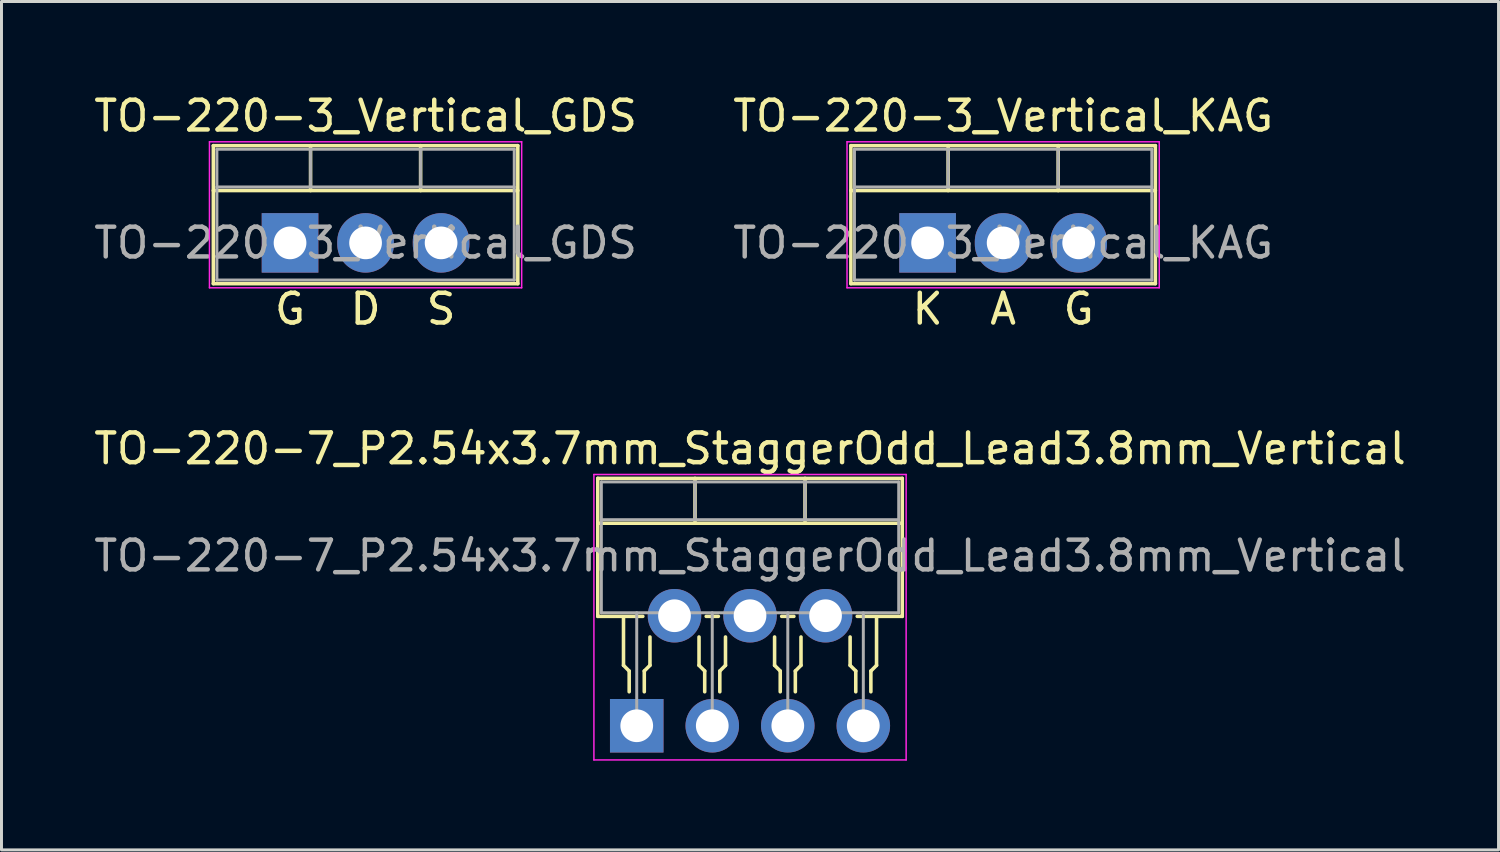
<source format=kicad_pcb>
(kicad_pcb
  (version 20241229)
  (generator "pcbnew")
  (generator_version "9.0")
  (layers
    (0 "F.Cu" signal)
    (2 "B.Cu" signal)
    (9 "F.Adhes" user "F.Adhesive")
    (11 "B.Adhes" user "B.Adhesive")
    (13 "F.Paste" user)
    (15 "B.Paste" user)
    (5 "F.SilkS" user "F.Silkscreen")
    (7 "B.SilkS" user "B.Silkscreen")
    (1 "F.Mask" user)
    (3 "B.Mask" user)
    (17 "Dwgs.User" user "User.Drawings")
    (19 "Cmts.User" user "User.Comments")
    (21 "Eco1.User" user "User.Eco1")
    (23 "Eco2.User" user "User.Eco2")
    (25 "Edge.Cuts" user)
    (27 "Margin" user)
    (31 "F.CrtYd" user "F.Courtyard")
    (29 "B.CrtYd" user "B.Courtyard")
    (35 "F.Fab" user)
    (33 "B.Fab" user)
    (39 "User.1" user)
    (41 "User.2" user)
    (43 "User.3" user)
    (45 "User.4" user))
  (footprint "TO-220-3_Vertical_GDS"
    (layer "F.Cu")
    (at 6.704 5.118)
    (property "Reference" "TO-220-3_Vertical_GDS" (at 2.54 -4.27 0) (layer "F.SilkS") (effects (font (size 1 1) (thickness 0.15))))
    (fp_line (start -2.58 -3.27) (end -2.58 1.371) (stroke (width 0.12) (type solid)) (layer "F.SilkS"))
    (fp_line (start -2.58 -3.27) (end 7.66 -3.27) (stroke (width 0.12) (type solid)) (layer "F.SilkS"))
    (fp_line (start -2.58 -1.76) (end 7.66 -1.76) (stroke (width 0.12) (type solid)) (layer "F.SilkS"))
    (fp_line (start -2.58 1.371) (end 7.66 1.371) (stroke (width 0.12) (type solid)) (layer "F.SilkS"))
    (fp_line (start 0.69 -3.27) (end 0.69 -1.76) (stroke (width 0.12) (type solid)) (layer "F.SilkS"))
    (fp_line (start 4.391 -3.27) (end 4.391 -1.76) (stroke (width 0.12) (type solid)) (layer "F.SilkS"))
    (fp_line (start 7.66 -3.27) (end 7.66 1.371) (stroke (width 0.12) (type solid)) (layer "F.SilkS"))
    (fp_line (start -2.71 -3.4) (end -2.71 1.51) (stroke (width 0.05) (type solid)) (layer "F.CrtYd"))
    (fp_line (start -2.71 1.51) (end 7.79 1.51) (stroke (width 0.05) (type solid)) (layer "F.CrtYd"))
    (fp_line (start 7.79 -3.4) (end -2.71 -3.4) (stroke (width 0.05) (type solid)) (layer "F.CrtYd"))
    (fp_line (start 7.79 1.51) (end 7.79 -3.4) (stroke (width 0.05) (type solid)) (layer "F.CrtYd"))
    (fp_line (start -2.46 -3.15) (end -2.46 1.25) (stroke (width 0.1) (type solid)) (layer "F.Fab"))
    (fp_line (start -2.46 -1.88) (end 7.54 -1.88) (stroke (width 0.1) (type solid)) (layer "F.Fab"))
    (fp_line (start -2.46 1.25) (end 7.54 1.25) (stroke (width 0.1) (type solid)) (layer "F.Fab"))
    (fp_line (start 0.69 -3.15) (end 0.69 -1.88) (stroke (width 0.1) (type solid)) (layer "F.Fab"))
    (fp_line (start 4.39 -3.15) (end 4.39 -1.88) (stroke (width 0.1) (type solid)) (layer "F.Fab"))
    (fp_line (start 7.54 -3.15) (end -2.46 -3.15) (stroke (width 0.1) (type solid)) (layer "F.Fab"))
    (fp_line (start 7.54 1.25) (end 7.54 -3.15) (stroke (width 0.1) (type solid)) (layer "F.Fab"))
    (fp_text user "G" (at 0 2.223 0) (unlocked yes) (layer "F.SilkS") (effects (font (size 1 1) (thickness 0.15))))
    (fp_text user "S" (at 5.08 2.223 0) (unlocked yes) (layer "F.SilkS") (effects (font (size 1 1) (thickness 0.15))))
    (fp_text user "D" (at 2.54 2.223 0) (unlocked yes) (layer "F.SilkS") (effects (font (size 1 1) (thickness 0.15))))
    (fp_text user "${REFERENCE}" (at 2.54 0 0) (layer "F.Fab") (effects (font (size 1 1) (thickness 0.15))))
    (pad "1" thru_hole rect (at 0 0) (size 1.905 2) (drill 1.1) (layers "*.Cu" "*.Mask"))
    (pad "2" thru_hole oval (at 2.54 0) (size 1.905 2) (drill 1.1) (layers "*.Cu" "*.Mask"))
    (pad "3" thru_hole oval (at 5.08 0) (size 1.905 2) (drill 1.1) (layers "*.Cu" "*.Mask")))
  (footprint "TO-220-3_Vertical_KAG"
    (layer "F.Cu")
    (at 28.145 5.118)
    (property "Reference" "TO-220-3_Vertical_KAG" (at 2.54 -4.27 0) (layer "F.SilkS") (effects (font (size 1 1) (thickness 0.15))))
    (fp_line (start -2.58 -3.27) (end -2.58 1.371) (stroke (width 0.12) (type solid)) (layer "F.SilkS"))
    (fp_line (start -2.58 -3.27) (end 7.66 -3.27) (stroke (width 0.12) (type solid)) (layer "F.SilkS"))
    (fp_line (start -2.58 -1.76) (end 7.66 -1.76) (stroke (width 0.12) (type solid)) (layer "F.SilkS"))
    (fp_line (start -2.58 1.371) (end 7.66 1.371) (stroke (width 0.12) (type solid)) (layer "F.SilkS"))
    (fp_line (start 0.69 -3.27) (end 0.69 -1.76) (stroke (width 0.12) (type solid)) (layer "F.SilkS"))
    (fp_line (start 4.391 -3.27) (end 4.391 -1.76) (stroke (width 0.12) (type solid)) (layer "F.SilkS"))
    (fp_line (start 7.66 -3.27) (end 7.66 1.371) (stroke (width 0.12) (type solid)) (layer "F.SilkS"))
    (fp_line (start -2.71 -3.4) (end -2.71 1.51) (stroke (width 0.05) (type solid)) (layer "F.CrtYd"))
    (fp_line (start -2.71 1.51) (end 7.79 1.51) (stroke (width 0.05) (type solid)) (layer "F.CrtYd"))
    (fp_line (start 7.79 -3.4) (end -2.71 -3.4) (stroke (width 0.05) (type solid)) (layer "F.CrtYd"))
    (fp_line (start 7.79 1.51) (end 7.79 -3.4) (stroke (width 0.05) (type solid)) (layer "F.CrtYd"))
    (fp_line (start -2.46 -3.15) (end -2.46 1.25) (stroke (width 0.1) (type solid)) (layer "F.Fab"))
    (fp_line (start -2.46 -1.88) (end 7.54 -1.88) (stroke (width 0.1) (type solid)) (layer "F.Fab"))
    (fp_line (start -2.46 1.25) (end 7.54 1.25) (stroke (width 0.1) (type solid)) (layer "F.Fab"))
    (fp_line (start 0.69 -3.15) (end 0.69 -1.88) (stroke (width 0.1) (type solid)) (layer "F.Fab"))
    (fp_line (start 4.39 -3.15) (end 4.39 -1.88) (stroke (width 0.1) (type solid)) (layer "F.Fab"))
    (fp_line (start 7.54 -3.15) (end -2.46 -3.15) (stroke (width 0.1) (type solid)) (layer "F.Fab"))
    (fp_line (start 7.54 1.25) (end 7.54 -3.15) (stroke (width 0.1) (type solid)) (layer "F.Fab"))
    (fp_text user "K" (at 0 2.223 0) (unlocked yes) (layer "F.SilkS") (effects (font (size 1 1) (thickness 0.15))))
    (fp_text user "A" (at 2.54 2.223 0) (unlocked yes) (layer "F.SilkS") (effects (font (size 1 1) (thickness 0.15))))
    (fp_text user "G" (at 5.08 2.223 0) (unlocked yes) (layer "F.SilkS") (effects (font (size 1 1) (thickness 0.15))))
    (fp_text user "${REFERENCE}" (at 2.54 0 0) (layer "F.Fab") (effects (font (size 1 1) (thickness 0.15))))
    (pad "1" thru_hole rect (at 0 0) (size 1.905 2) (drill 1.1) (layers "*.Cu" "*.Mask"))
    (pad "2" thru_hole oval (at 2.54 0) (size 1.905 2) (drill 1.1) (layers "*.Cu" "*.Mask"))
    (pad "3" thru_hole oval (at 5.08 0) (size 1.905 2) (drill 1.1) (layers "*.Cu" "*.Mask")))
  (footprint "TO-220-7_P2.54x3.7mm_StaggerOdd_Lead3.8mm_Vertical"
    (layer "F.Cu")
    (at 18.363 21.357)
    (property "Reference" "TO-220-7_P2.54x3.7mm_StaggerOdd_Lead3.8mm_Vertical" (at 3.81 -9.32 0) (layer "F.SilkS") (effects (font (size 1 1) (thickness 0.15))))
    (attr through_hole)
    (fp_line (start -1.31 -8.32) (end -1.31 -3.679) (stroke (width 0.12) (type solid)) (layer "F.SilkS"))
    (fp_line (start -1.31 -8.32) (end 8.93 -8.32) (stroke (width 0.12) (type solid)) (layer "F.SilkS"))
    (fp_line (start -1.31 -6.811) (end 8.93 -6.811) (stroke (width 0.12) (type solid)) (layer "F.SilkS"))
    (fp_line (start -1.31 -3.679) (end 0.205 -3.679) (stroke (width 0.12) (type solid)) (layer "F.SilkS"))
    (fp_line (start -0.445 -3.619) (end -0.445 -2.032) (stroke (width 0.12) (type solid)) (layer "F.SilkS"))
    (fp_line (start -0.445 -2.032) (end -0.254 -1.841) (stroke (width 0.12) (type solid)) (layer "F.SilkS"))
    (fp_line (start -0.254 -1.841) (end -0.254 -1.143) (stroke (width 0.12) (type solid)) (layer "F.SilkS"))
    (fp_line (start 0.254 -1.841) (end 0.445 -2.032) (stroke (width 0.12) (type solid)) (layer "F.SilkS"))
    (fp_line (start 0.254 -1.143) (end 0.254 -1.841) (stroke (width 0.12) (type solid)) (layer "F.SilkS"))
    (fp_line (start 0.445 -2.032) (end 0.445 -2.985) (stroke (width 0.12) (type solid)) (layer "F.SilkS"))
    (fp_line (start 1.96 -8.32) (end 1.96 -6.811) (stroke (width 0.12) (type solid)) (layer "F.SilkS"))
    (fp_line (start 2.095 -2.985) (end 2.095 -2.032) (stroke (width 0.12) (type solid)) (layer "F.SilkS"))
    (fp_line (start 2.095 -2.032) (end 2.286 -1.841) (stroke (width 0.12) (type solid)) (layer "F.SilkS"))
    (fp_line (start 2.286 -1.841) (end 2.286 -1.143) (stroke (width 0.12) (type solid)) (layer "F.SilkS"))
    (fp_line (start 2.336 -3.679) (end 2.745 -3.679) (stroke (width 0.12) (type solid)) (layer "F.SilkS"))
    (fp_line (start 2.794 -1.841) (end 2.985 -2.032) (stroke (width 0.12) (type solid)) (layer "F.SilkS"))
    (fp_line (start 2.794 -1.143) (end 2.794 -1.841) (stroke (width 0.12) (type solid)) (layer "F.SilkS"))
    (fp_line (start 2.985 -2.032) (end 2.985 -2.985) (stroke (width 0.12) (type solid)) (layer "F.SilkS"))
    (fp_line (start 4.636 -2.985) (end 4.636 -2.032) (stroke (width 0.12) (type solid)) (layer "F.SilkS"))
    (fp_line (start 4.636 -2.032) (end 4.826 -1.841) (stroke (width 0.12) (type solid)) (layer "F.SilkS"))
    (fp_line (start 4.826 -1.841) (end 4.826 -1.143) (stroke (width 0.12) (type solid)) (layer "F.SilkS"))
    (fp_line (start 4.875 -3.679) (end 5.285 -3.679) (stroke (width 0.12) (type solid)) (layer "F.SilkS"))
    (fp_line (start 5.334 -1.841) (end 5.524 -2.032) (stroke (width 0.12) (type solid)) (layer "F.SilkS"))
    (fp_line (start 5.334 -1.143) (end 5.334 -1.841) (stroke (width 0.12) (type solid)) (layer "F.SilkS"))
    (fp_line (start 5.524 -2.032) (end 5.524 -2.985) (stroke (width 0.12) (type solid)) (layer "F.SilkS"))
    (fp_line (start 5.66 -8.32) (end 5.66 -6.811) (stroke (width 0.12) (type solid)) (layer "F.SilkS"))
    (fp_line (start 7.176 -2.985) (end 7.176 -2.032) (stroke (width 0.12) (type solid)) (layer "F.SilkS"))
    (fp_line (start 7.176 -2.032) (end 7.366 -1.841) (stroke (width 0.12) (type solid)) (layer "F.SilkS"))
    (fp_line (start 7.366 -1.841) (end 7.366 -1.143) (stroke (width 0.12) (type solid)) (layer "F.SilkS"))
    (fp_line (start 7.415 -3.679) (end 8.93 -3.679) (stroke (width 0.12) (type solid)) (layer "F.SilkS"))
    (fp_line (start 7.874 -1.841) (end 8.065 -2.032) (stroke (width 0.12) (type solid)) (layer "F.SilkS"))
    (fp_line (start 7.874 -1.143) (end 7.874 -1.841) (stroke (width 0.12) (type solid)) (layer "F.SilkS"))
    (fp_line (start 8.065 -2.032) (end 8.065 -3.619) (stroke (width 0.12) (type solid)) (layer "F.SilkS"))
    (fp_line (start 8.93 -8.32) (end 8.93 -3.679) (stroke (width 0.12) (type solid)) (layer "F.SilkS"))
    (fp_line (start -1.44 -8.45) (end -1.44 1.15) (stroke (width 0.05) (type solid)) (layer "F.CrtYd"))
    (fp_line (start -1.44 1.15) (end 9.06 1.15) (stroke (width 0.05) (type solid)) (layer "F.CrtYd"))
    (fp_line (start 9.06 -8.45) (end -1.44 -8.45) (stroke (width 0.05) (type solid)) (layer "F.CrtYd"))
    (fp_line (start 9.06 1.15) (end 9.06 -8.45) (stroke (width 0.05) (type solid)) (layer "F.CrtYd"))
    (fp_line (start -1.19 -8.2) (end -1.19 -3.8) (stroke (width 0.1) (type solid)) (layer "F.Fab"))
    (fp_line (start -1.19 -6.93) (end 8.81 -6.93) (stroke (width 0.1) (type solid)) (layer "F.Fab"))
    (fp_line (start -1.19 -3.8) (end 8.81 -3.8) (stroke (width 0.1) (type solid)) (layer "F.Fab"))
    (fp_line (start 0 -3.8) (end 0 0) (stroke (width 0.1) (type solid)) (layer "F.Fab"))
    (fp_line (start 1.27 -3.8) (end 1.27 -3.7) (stroke (width 0.1) (type solid)) (layer "F.Fab"))
    (fp_line (start 1.96 -8.2) (end 1.96 -6.93) (stroke (width 0.1) (type solid)) (layer "F.Fab"))
    (fp_line (start 2.54 -3.8) (end 2.54 0) (stroke (width 0.1) (type solid)) (layer "F.Fab"))
    (fp_line (start 3.81 -3.8) (end 3.81 -3.7) (stroke (width 0.1) (type solid)) (layer "F.Fab"))
    (fp_line (start 5.08 -3.8) (end 5.08 0) (stroke (width 0.1) (type solid)) (layer "F.Fab"))
    (fp_line (start 5.66 -8.2) (end 5.66 -6.93) (stroke (width 0.1) (type solid)) (layer "F.Fab"))
    (fp_line (start 6.35 -3.8) (end 6.35 -3.7) (stroke (width 0.1) (type solid)) (layer "F.Fab"))
    (fp_line (start 7.62 -3.8) (end 7.62 0) (stroke (width 0.1) (type solid)) (layer "F.Fab"))
    (fp_line (start 8.81 -8.2) (end -1.19 -8.2) (stroke (width 0.1) (type solid)) (layer "F.Fab"))
    (fp_line (start 8.81 -3.8) (end 8.81 -8.2) (stroke (width 0.1) (type solid)) (layer "F.Fab"))
    (fp_text user "${REFERENCE}" (at 3.81 -5.715 0) (layer "F.Fab") (effects (font (size 1 1) (thickness 0.15))))
    (pad "1" thru_hole rect (at 0 0) (size 1.8 1.8) (drill 1.1) (layers "*.Cu" "*.Mask"))
    (pad "2" thru_hole oval (at 1.27 -3.7) (size 1.8 1.8) (drill 1.1) (layers "*.Cu" "*.Mask"))
    (pad "3" thru_hole oval (at 2.54 0) (size 1.8 1.8) (drill 1.1) (layers "*.Cu" "*.Mask"))
    (pad "4" thru_hole oval (at 3.81 -3.7) (size 1.8 1.8) (drill 1.1) (layers "*.Cu" "*.Mask"))
    (pad "5" thru_hole oval (at 5.08 0) (size 1.8 1.8) (drill 1.1) (layers "*.Cu" "*.Mask"))
    (pad "6" thru_hole oval (at 6.35 -3.7) (size 1.8 1.8) (drill 1.1) (layers "*.Cu" "*.Mask"))
    (pad "7" thru_hole oval (at 7.62 0) (size 1.8 1.8) (drill 1.1) (layers "*.Cu" "*.Mask")))
  (gr_rect
    (start -3 -3)
    (end 47.345 25.532)
    (stroke (width 0.1) (type default))
    (fill no)
    (layer "Edge.Cuts")))
</source>
